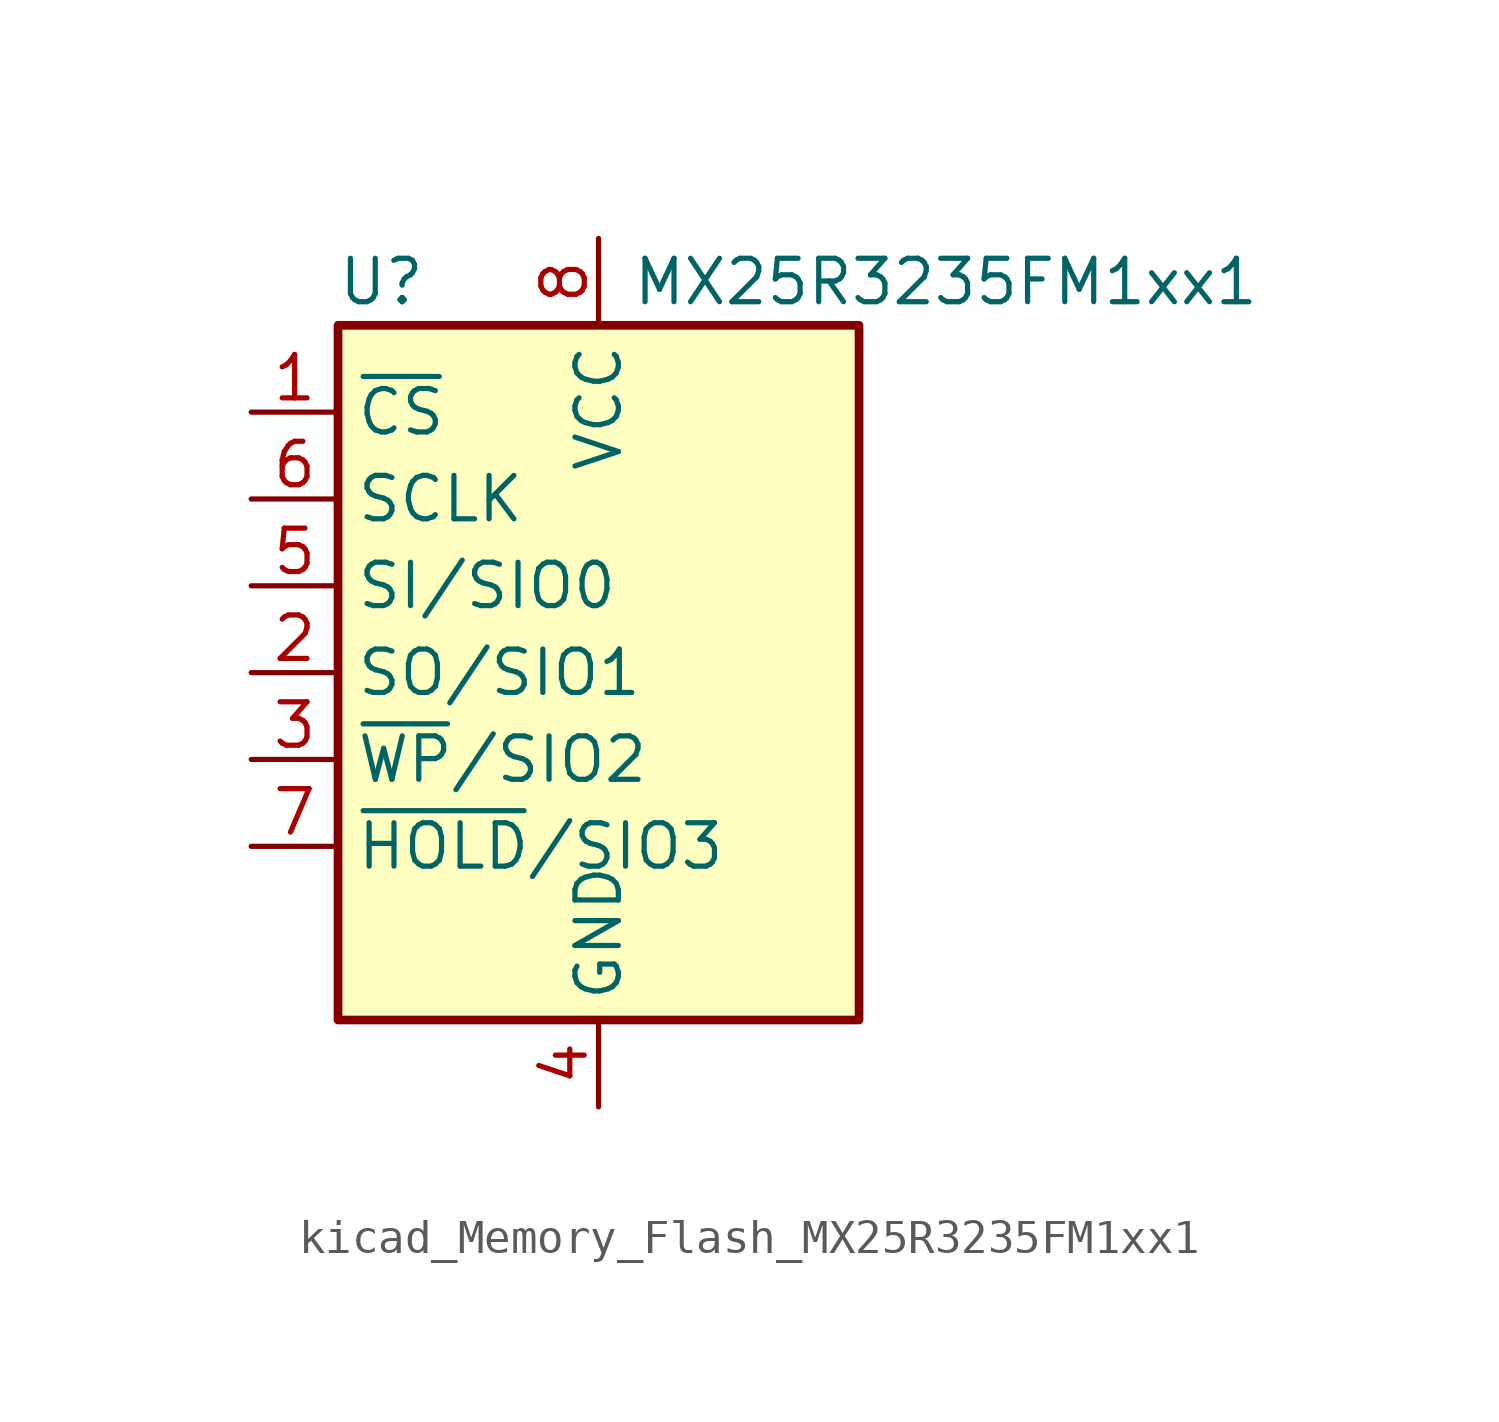
<source format=kicad_sym>
(kicad_symbol_lib
  (version 20220914)
  (generator kicad_symbol_editor)
  (symbol "kicad_Memory_Flash_MX25R3235FM1xx1"
    (property "Reference" "U"
      (at -6.35 11.43 0)
      (effects (font (size 1.27 1.27))))
    (property "Value" "MX25R3235FM1xx1"
      (at 10.16 11.43 0)
      (effects (font (size 1.27 1.27))))
    (symbol "kicad_Memory_Flash_MX25R3235FM1xx1_0_1"
      (rectangle (start -7.62 10.16) (end 7.62 -10.16) (stroke (width 0.254) (type default)) (fill (type background))))
    (symbol "kicad_Memory_Flash_MX25R3235FM1xx1_1_1"
      (pin input line (at -10.16 7.62 0) (length 2.54) (name "~{CS}" (effects (font (size 1.27 1.27)))) (number "1" (effects (font (size 1.27 1.27)))))
      (pin bidirectional line (at -10.16 0 0) (length 2.54) (name "SO/SIO1" (effects (font (size 1.27 1.27)))) (number "2" (effects (font (size 1.27 1.27)))))
      (pin bidirectional line (at -10.16 -2.54 0) (length 2.54) (name "~{WP}/SIO2" (effects (font (size 1.27 1.27)))) (number "3" (effects (font (size 1.27 1.27)))))
      (pin power_in line (at 0 -12.7 90) (length 2.54) (name "GND" (effects (font (size 1.27 1.27)))) (number "4" (effects (font (size 1.27 1.27)))))
      (pin bidirectional line (at -10.16 2.54 0) (length 2.54) (name "SI/SIO0" (effects (font (size 1.27 1.27)))) (number "5" (effects (font (size 1.27 1.27)))))
      (pin input line (at -10.16 5.08 0) (length 2.54) (name "SCLK" (effects (font (size 1.27 1.27)))) (number "6" (effects (font (size 1.27 1.27)))))
      (pin bidirectional line (at -10.16 -5.08 0) (length 2.54) (name "~{HOLD}/SIO3" (effects (font (size 1.27 1.27)))) (number "7" (effects (font (size 1.27 1.27)))))
      (pin power_in line (at 0 12.7 270) (length 2.54) (name "VCC" (effects (font (size 1.27 1.27)))) (number "8" (effects (font (size 1.27 1.27))))))))
</source>
